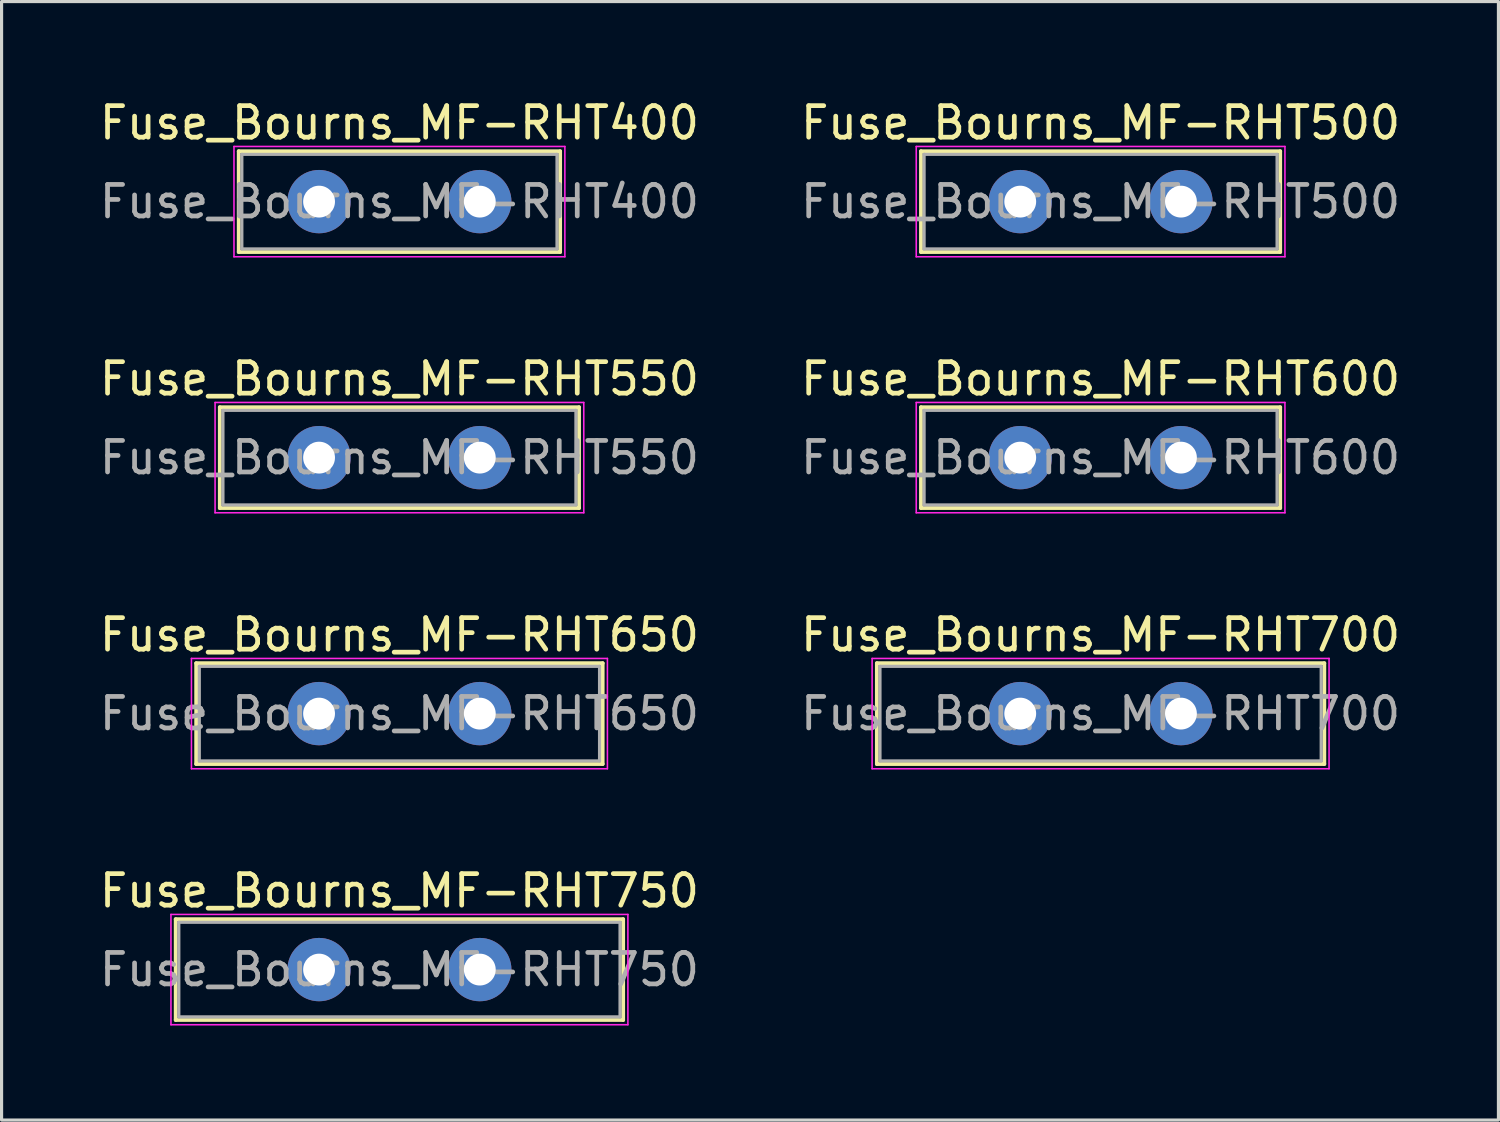
<source format=kicad_pcb>
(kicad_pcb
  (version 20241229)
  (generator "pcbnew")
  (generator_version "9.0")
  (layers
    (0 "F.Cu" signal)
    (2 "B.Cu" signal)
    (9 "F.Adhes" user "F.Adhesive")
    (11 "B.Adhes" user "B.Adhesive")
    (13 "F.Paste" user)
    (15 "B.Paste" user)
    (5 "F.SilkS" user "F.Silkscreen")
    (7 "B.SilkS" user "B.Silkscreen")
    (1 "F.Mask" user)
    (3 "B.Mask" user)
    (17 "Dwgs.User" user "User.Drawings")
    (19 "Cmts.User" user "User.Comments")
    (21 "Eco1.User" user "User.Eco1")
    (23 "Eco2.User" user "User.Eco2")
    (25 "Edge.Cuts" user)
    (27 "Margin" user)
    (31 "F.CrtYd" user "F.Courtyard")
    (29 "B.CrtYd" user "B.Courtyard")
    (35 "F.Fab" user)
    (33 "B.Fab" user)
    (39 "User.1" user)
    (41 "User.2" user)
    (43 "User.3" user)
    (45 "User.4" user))
  (footprint "Fuse_Bourns_MF-RHT650"
    (layer "F.Cu")
    (at 7.075 19.595)
    (property "Reference" "Fuse_Bourns_MF-RHT650" (at 2.55 -2.5 0) (layer "F.SilkS") (effects (font (size 1 1) (thickness 0.15))))
    (attr through_hole)
    (fp_line (start -3.9 -1.6) (end -3.9 1.6) (stroke (width 0.12) (type solid)) (layer "F.SilkS"))
    (fp_line (start -3.9 1.6) (end 9 1.6) (stroke (width 0.12) (type solid)) (layer "F.SilkS"))
    (fp_line (start 9 -1.6) (end -3.9 -1.6) (stroke (width 0.12) (type solid)) (layer "F.SilkS"))
    (fp_line (start 9 1.6) (end 9 -1.6) (stroke (width 0.12) (type solid)) (layer "F.SilkS"))
    (fp_line (start -4.05 -1.75) (end -4.05 1.75) (stroke (width 0.05) (type solid)) (layer "F.CrtYd"))
    (fp_line (start -4.05 1.75) (end 9.15 1.75) (stroke (width 0.05) (type solid)) (layer "F.CrtYd"))
    (fp_line (start 9.15 -1.75) (end -4.05 -1.75) (stroke (width 0.05) (type solid)) (layer "F.CrtYd"))
    (fp_line (start 9.15 1.75) (end 9.15 -1.75) (stroke (width 0.05) (type solid)) (layer "F.CrtYd"))
    (fp_line (start -3.8 -1.5) (end -3.8 1.5) (stroke (width 0.1) (type solid)) (layer "F.Fab"))
    (fp_line (start -3.8 1.5) (end 8.9 1.5) (stroke (width 0.1) (type solid)) (layer "F.Fab"))
    (fp_line (start 8.9 -1.5) (end -3.8 -1.5) (stroke (width 0.1) (type solid)) (layer "F.Fab"))
    (fp_line (start 8.9 1.5) (end 8.9 -1.5) (stroke (width 0.1) (type solid)) (layer "F.Fab"))
    (fp_text user "${REFERENCE}" (at 2.55 0 0) (layer "F.Fab") (effects (font (size 1 1) (thickness 0.15))))
    (pad "1" thru_hole circle (at 0 0) (size 2.01 2.01) (drill 1.01) (layers "*.Cu" "*.Mask"))
    (pad "2" thru_hole circle (at 5.1 0) (size 2.01 2.01) (drill 1.01) (layers "*.Cu" "*.Mask")))
  (footprint "Fuse_Bourns_MF-RHT400"
    (layer "F.Cu")
    (at 7.075 3.348)
    (property "Reference" "Fuse_Bourns_MF-RHT400" (at 2.55 -2.5 0) (layer "F.SilkS") (effects (font (size 1 1) (thickness 0.15))))
    (attr through_hole)
    (fp_line (start -2.55 -1.6) (end -2.55 1.6) (stroke (width 0.12) (type solid)) (layer "F.SilkS"))
    (fp_line (start -2.55 1.6) (end 7.65 1.6) (stroke (width 0.12) (type solid)) (layer "F.SilkS"))
    (fp_line (start 7.65 -1.6) (end -2.55 -1.6) (stroke (width 0.12) (type solid)) (layer "F.SilkS"))
    (fp_line (start 7.65 1.6) (end 7.65 -1.6) (stroke (width 0.12) (type solid)) (layer "F.SilkS"))
    (fp_line (start -2.7 -1.75) (end -2.7 1.75) (stroke (width 0.05) (type solid)) (layer "F.CrtYd"))
    (fp_line (start -2.7 1.75) (end 7.8 1.75) (stroke (width 0.05) (type solid)) (layer "F.CrtYd"))
    (fp_line (start 7.8 -1.75) (end -2.7 -1.75) (stroke (width 0.05) (type solid)) (layer "F.CrtYd"))
    (fp_line (start 7.8 1.75) (end 7.8 -1.75) (stroke (width 0.05) (type solid)) (layer "F.CrtYd"))
    (fp_line (start -2.45 -1.5) (end -2.45 1.5) (stroke (width 0.1) (type solid)) (layer "F.Fab"))
    (fp_line (start -2.45 1.5) (end 7.55 1.5) (stroke (width 0.1) (type solid)) (layer "F.Fab"))
    (fp_line (start 7.55 -1.5) (end -2.45 -1.5) (stroke (width 0.1) (type solid)) (layer "F.Fab"))
    (fp_line (start 7.55 1.5) (end 7.55 -1.5) (stroke (width 0.1) (type solid)) (layer "F.Fab"))
    (fp_text user "${REFERENCE}" (at 2.55 0 0) (layer "F.Fab") (effects (font (size 1 1) (thickness 0.15))))
    (pad "1" thru_hole circle (at 0 0) (size 2.01 2.01) (drill 1.01) (layers "*.Cu" "*.Mask"))
    (pad "2" thru_hole circle (at 5.1 0) (size 2.01 2.01) (drill 1.01) (layers "*.Cu" "*.Mask")))
  (footprint "Fuse_Bourns_MF-RHT750"
    (layer "F.Cu")
    (at 7.075 27.718)
    (property "Reference" "Fuse_Bourns_MF-RHT750" (at 2.55 -2.5 0) (layer "F.SilkS") (effects (font (size 1 1) (thickness 0.15))))
    (attr through_hole)
    (fp_line (start -4.55 -1.6) (end -4.55 1.6) (stroke (width 0.12) (type solid)) (layer "F.SilkS"))
    (fp_line (start -4.55 1.6) (end 9.65 1.6) (stroke (width 0.12) (type solid)) (layer "F.SilkS"))
    (fp_line (start 9.65 -1.6) (end -4.55 -1.6) (stroke (width 0.12) (type solid)) (layer "F.SilkS"))
    (fp_line (start 9.65 1.6) (end 9.65 -1.6) (stroke (width 0.12) (type solid)) (layer "F.SilkS"))
    (fp_line (start -4.7 -1.75) (end -4.7 1.75) (stroke (width 0.05) (type solid)) (layer "F.CrtYd"))
    (fp_line (start -4.7 1.75) (end 9.8 1.75) (stroke (width 0.05) (type solid)) (layer "F.CrtYd"))
    (fp_line (start 9.8 -1.75) (end -4.7 -1.75) (stroke (width 0.05) (type solid)) (layer "F.CrtYd"))
    (fp_line (start 9.8 1.75) (end 9.8 -1.75) (stroke (width 0.05) (type solid)) (layer "F.CrtYd"))
    (fp_line (start -4.45 -1.5) (end -4.45 1.5) (stroke (width 0.1) (type solid)) (layer "F.Fab"))
    (fp_line (start -4.45 1.5) (end 9.55 1.5) (stroke (width 0.1) (type solid)) (layer "F.Fab"))
    (fp_line (start 9.55 -1.5) (end -4.45 -1.5) (stroke (width 0.1) (type solid)) (layer "F.Fab"))
    (fp_line (start 9.55 1.5) (end 9.55 -1.5) (stroke (width 0.1) (type solid)) (layer "F.Fab"))
    (fp_text user "${REFERENCE}" (at 2.55 0 0) (layer "F.Fab") (effects (font (size 1 1) (thickness 0.15))))
    (pad "1" thru_hole circle (at 0 0) (size 2.01 2.01) (drill 1.01) (layers "*.Cu" "*.Mask"))
    (pad "2" thru_hole circle (at 5.1 0) (size 2.01 2.01) (drill 1.01) (layers "*.Cu" "*.Mask")))
  (footprint "Fuse_Bourns_MF-RHT500"
    (layer "F.Cu")
    (at 29.325 3.348)
    (property "Reference" "Fuse_Bourns_MF-RHT500" (at 2.55 -2.5 0) (layer "F.SilkS") (effects (font (size 1 1) (thickness 0.15))))
    (attr through_hole)
    (fp_line (start -3.15 -1.6) (end -3.15 1.6) (stroke (width 0.12) (type solid)) (layer "F.SilkS"))
    (fp_line (start -3.15 1.6) (end 8.25 1.6) (stroke (width 0.12) (type solid)) (layer "F.SilkS"))
    (fp_line (start 8.25 -1.6) (end -3.15 -1.6) (stroke (width 0.12) (type solid)) (layer "F.SilkS"))
    (fp_line (start 8.25 1.6) (end 8.25 -1.6) (stroke (width 0.12) (type solid)) (layer "F.SilkS"))
    (fp_line (start -3.3 -1.75) (end -3.3 1.75) (stroke (width 0.05) (type solid)) (layer "F.CrtYd"))
    (fp_line (start -3.3 1.75) (end 8.4 1.75) (stroke (width 0.05) (type solid)) (layer "F.CrtYd"))
    (fp_line (start 8.4 -1.75) (end -3.3 -1.75) (stroke (width 0.05) (type solid)) (layer "F.CrtYd"))
    (fp_line (start 8.4 1.75) (end 8.4 -1.75) (stroke (width 0.05) (type solid)) (layer "F.CrtYd"))
    (fp_line (start -3.05 -1.5) (end -3.05 1.5) (stroke (width 0.1) (type solid)) (layer "F.Fab"))
    (fp_line (start -3.05 1.5) (end 8.15 1.5) (stroke (width 0.1) (type solid)) (layer "F.Fab"))
    (fp_line (start 8.15 -1.5) (end -3.05 -1.5) (stroke (width 0.1) (type solid)) (layer "F.Fab"))
    (fp_line (start 8.15 1.5) (end 8.15 -1.5) (stroke (width 0.1) (type solid)) (layer "F.Fab"))
    (fp_text user "${REFERENCE}" (at 2.55 0 0) (layer "F.Fab") (effects (font (size 1 1) (thickness 0.15))))
    (pad "1" thru_hole circle (at 0 0) (size 2.01 2.01) (drill 1.01) (layers "*.Cu" "*.Mask"))
    (pad "2" thru_hole circle (at 5.1 0) (size 2.01 2.01) (drill 1.01) (layers "*.Cu" "*.Mask")))
  (footprint "Fuse_Bourns_MF-RHT700"
    (layer "F.Cu")
    (at 29.325 19.595)
    (property "Reference" "Fuse_Bourns_MF-RHT700" (at 2.55 -2.5 0) (layer "F.SilkS") (effects (font (size 1 1) (thickness 0.15))))
    (attr through_hole)
    (fp_line (start -4.55 -1.6) (end -4.55 1.6) (stroke (width 0.12) (type solid)) (layer "F.SilkS"))
    (fp_line (start -4.55 1.6) (end 9.65 1.6) (stroke (width 0.12) (type solid)) (layer "F.SilkS"))
    (fp_line (start 9.65 -1.6) (end -4.55 -1.6) (stroke (width 0.12) (type solid)) (layer "F.SilkS"))
    (fp_line (start 9.65 1.6) (end 9.65 -1.6) (stroke (width 0.12) (type solid)) (layer "F.SilkS"))
    (fp_line (start -4.7 -1.75) (end -4.7 1.75) (stroke (width 0.05) (type solid)) (layer "F.CrtYd"))
    (fp_line (start -4.7 1.75) (end 9.8 1.75) (stroke (width 0.05) (type solid)) (layer "F.CrtYd"))
    (fp_line (start 9.8 -1.75) (end -4.7 -1.75) (stroke (width 0.05) (type solid)) (layer "F.CrtYd"))
    (fp_line (start 9.8 1.75) (end 9.8 -1.75) (stroke (width 0.05) (type solid)) (layer "F.CrtYd"))
    (fp_line (start -4.45 -1.5) (end -4.45 1.5) (stroke (width 0.1) (type solid)) (layer "F.Fab"))
    (fp_line (start -4.45 1.5) (end 9.55 1.5) (stroke (width 0.1) (type solid)) (layer "F.Fab"))
    (fp_line (start 9.55 -1.5) (end -4.45 -1.5) (stroke (width 0.1) (type solid)) (layer "F.Fab"))
    (fp_line (start 9.55 1.5) (end 9.55 -1.5) (stroke (width 0.1) (type solid)) (layer "F.Fab"))
    (fp_text user "${REFERENCE}" (at 2.55 0 0) (layer "F.Fab") (effects (font (size 1 1) (thickness 0.15))))
    (pad "1" thru_hole circle (at 0 0) (size 2.01 2.01) (drill 1.01) (layers "*.Cu" "*.Mask"))
    (pad "2" thru_hole circle (at 5.1 0) (size 2.01 2.01) (drill 1.01) (layers "*.Cu" "*.Mask")))
  (footprint "Fuse_Bourns_MF-RHT600"
    (layer "F.Cu")
    (at 29.325 11.472)
    (property "Reference" "Fuse_Bourns_MF-RHT600" (at 2.55 -2.5 0) (layer "F.SilkS") (effects (font (size 1 1) (thickness 0.15))))
    (attr through_hole)
    (fp_line (start -3.15 -1.6) (end -3.15 1.6) (stroke (width 0.12) (type solid)) (layer "F.SilkS"))
    (fp_line (start -3.15 1.6) (end 8.25 1.6) (stroke (width 0.12) (type solid)) (layer "F.SilkS"))
    (fp_line (start 8.25 -1.6) (end -3.15 -1.6) (stroke (width 0.12) (type solid)) (layer "F.SilkS"))
    (fp_line (start 8.25 1.6) (end 8.25 -1.6) (stroke (width 0.12) (type solid)) (layer "F.SilkS"))
    (fp_line (start -3.3 -1.75) (end -3.3 1.75) (stroke (width 0.05) (type solid)) (layer "F.CrtYd"))
    (fp_line (start -3.3 1.75) (end 8.4 1.75) (stroke (width 0.05) (type solid)) (layer "F.CrtYd"))
    (fp_line (start 8.4 -1.75) (end -3.3 -1.75) (stroke (width 0.05) (type solid)) (layer "F.CrtYd"))
    (fp_line (start 8.4 1.75) (end 8.4 -1.75) (stroke (width 0.05) (type solid)) (layer "F.CrtYd"))
    (fp_line (start -3.05 -1.5) (end -3.05 1.5) (stroke (width 0.1) (type solid)) (layer "F.Fab"))
    (fp_line (start -3.05 1.5) (end 8.15 1.5) (stroke (width 0.1) (type solid)) (layer "F.Fab"))
    (fp_line (start 8.15 -1.5) (end -3.05 -1.5) (stroke (width 0.1) (type solid)) (layer "F.Fab"))
    (fp_line (start 8.15 1.5) (end 8.15 -1.5) (stroke (width 0.1) (type solid)) (layer "F.Fab"))
    (fp_text user "${REFERENCE}" (at 2.55 0 0) (layer "F.Fab") (effects (font (size 1 1) (thickness 0.15))))
    (pad "1" thru_hole circle (at 0 0) (size 2.01 2.01) (drill 1.01) (layers "*.Cu" "*.Mask"))
    (pad "2" thru_hole circle (at 5.1 0) (size 2.01 2.01) (drill 1.01) (layers "*.Cu" "*.Mask")))
  (footprint "Fuse_Bourns_MF-RHT550"
    (layer "F.Cu")
    (at 7.075 11.472)
    (property "Reference" "Fuse_Bourns_MF-RHT550" (at 2.55 -2.5 0) (layer "F.SilkS") (effects (font (size 1 1) (thickness 0.15))))
    (attr through_hole)
    (fp_line (start -3.15 -1.6) (end -3.15 1.6) (stroke (width 0.12) (type solid)) (layer "F.SilkS"))
    (fp_line (start -3.15 1.6) (end 8.25 1.6) (stroke (width 0.12) (type solid)) (layer "F.SilkS"))
    (fp_line (start 8.25 -1.6) (end -3.15 -1.6) (stroke (width 0.12) (type solid)) (layer "F.SilkS"))
    (fp_line (start 8.25 1.6) (end 8.25 -1.6) (stroke (width 0.12) (type solid)) (layer "F.SilkS"))
    (fp_line (start -3.3 -1.75) (end -3.3 1.75) (stroke (width 0.05) (type solid)) (layer "F.CrtYd"))
    (fp_line (start -3.3 1.75) (end 8.4 1.75) (stroke (width 0.05) (type solid)) (layer "F.CrtYd"))
    (fp_line (start 8.4 -1.75) (end -3.3 -1.75) (stroke (width 0.05) (type solid)) (layer "F.CrtYd"))
    (fp_line (start 8.4 1.75) (end 8.4 -1.75) (stroke (width 0.05) (type solid)) (layer "F.CrtYd"))
    (fp_line (start -3.05 -1.5) (end -3.05 1.5) (stroke (width 0.1) (type solid)) (layer "F.Fab"))
    (fp_line (start -3.05 1.5) (end 8.15 1.5) (stroke (width 0.1) (type solid)) (layer "F.Fab"))
    (fp_line (start 8.15 -1.5) (end -3.05 -1.5) (stroke (width 0.1) (type solid)) (layer "F.Fab"))
    (fp_line (start 8.15 1.5) (end 8.15 -1.5) (stroke (width 0.1) (type solid)) (layer "F.Fab"))
    (fp_text user "${REFERENCE}" (at 2.55 0 0) (layer "F.Fab") (effects (font (size 1 1) (thickness 0.15))))
    (pad "1" thru_hole circle (at 0 0) (size 2.01 2.01) (drill 1.01) (layers "*.Cu" "*.Mask"))
    (pad "2" thru_hole circle (at 5.1 0) (size 2.01 2.01) (drill 1.01) (layers "*.Cu" "*.Mask")))
  (gr_rect
    (start -3 -3)
    (end 44.5 32.493)
    (stroke (width 0.1) (type default))
    (fill no)
    (layer "Edge.Cuts")))
</source>
